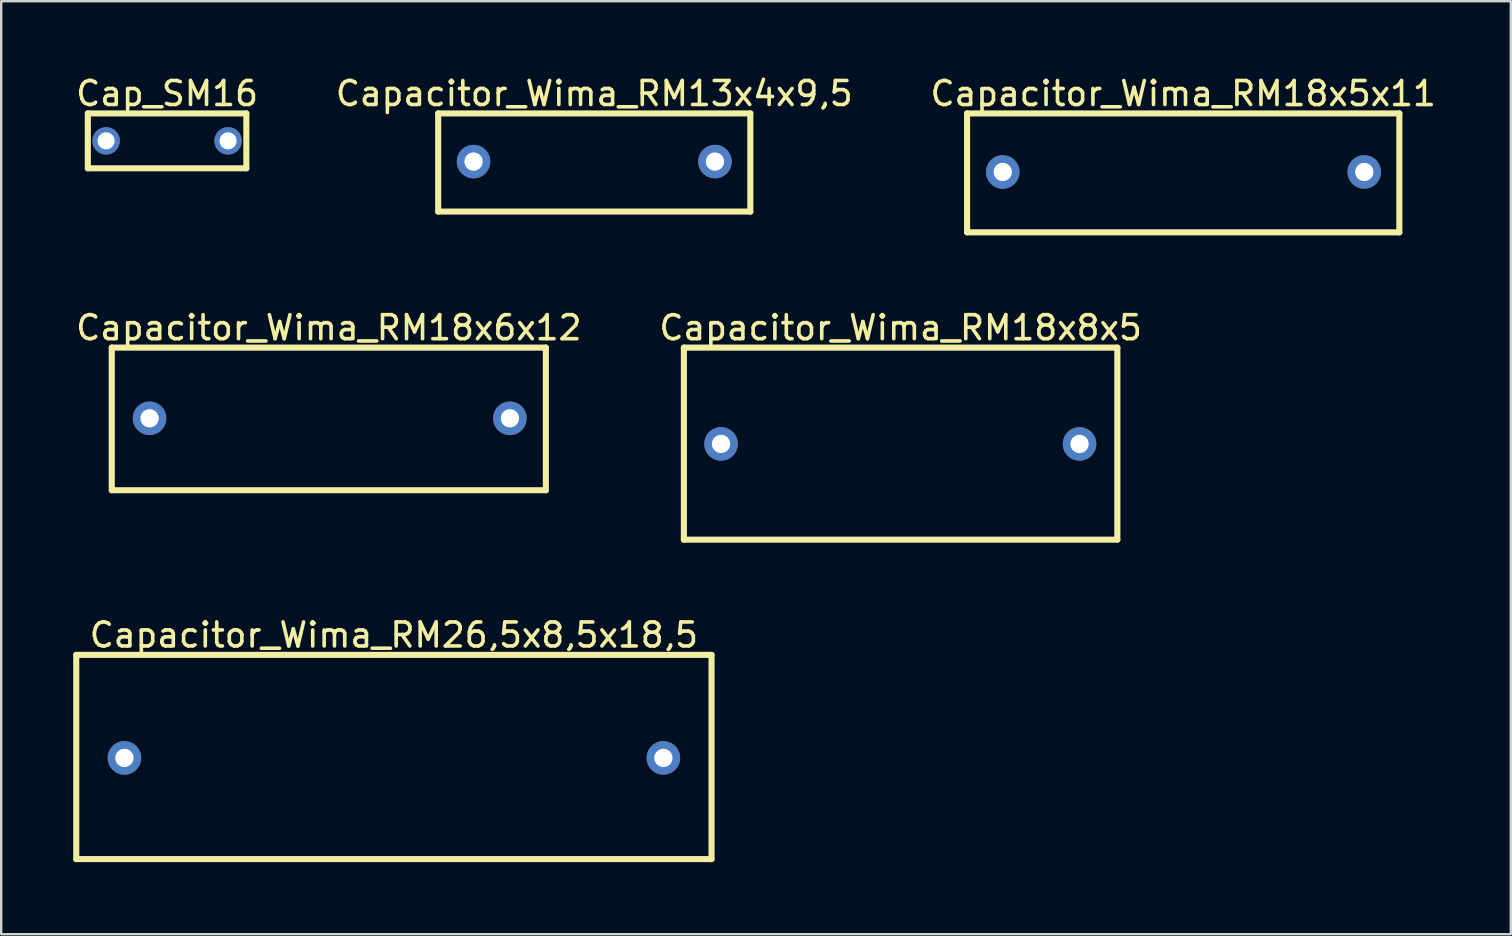
<source format=kicad_pcb>
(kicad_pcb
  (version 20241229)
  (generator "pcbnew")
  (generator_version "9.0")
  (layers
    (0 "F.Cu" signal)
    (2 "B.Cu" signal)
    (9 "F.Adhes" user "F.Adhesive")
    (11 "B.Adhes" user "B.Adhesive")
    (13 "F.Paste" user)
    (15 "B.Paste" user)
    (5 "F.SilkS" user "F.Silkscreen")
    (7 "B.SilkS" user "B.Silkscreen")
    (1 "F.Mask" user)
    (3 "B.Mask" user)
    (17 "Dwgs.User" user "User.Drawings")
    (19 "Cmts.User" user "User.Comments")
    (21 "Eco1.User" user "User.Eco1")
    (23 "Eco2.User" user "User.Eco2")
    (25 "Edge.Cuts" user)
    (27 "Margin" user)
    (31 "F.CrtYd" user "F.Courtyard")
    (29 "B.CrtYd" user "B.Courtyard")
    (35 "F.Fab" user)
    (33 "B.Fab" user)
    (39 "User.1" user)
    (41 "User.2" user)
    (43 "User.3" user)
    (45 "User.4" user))
  (footprint "Capacitor_Wima_RM18x8x5"
    (layer "F.Cu")
    (at 34.458 15.444)
    (property "Reference" "Capacitor_Wima_RM18x8x5" (at 0.013 -4.84 0) (layer "F.SilkS") (effects (font (size 1 1) (thickness 0.15))))
    (fp_line (start -9.017 -4.013) (end 9.042 -4.013) (stroke (width 0.254) (type solid)) (layer "F.SilkS"))
    (fp_line (start -9.017 3.988) (end -9.017 -4.013) (stroke (width 0.254) (type solid)) (layer "F.SilkS"))
    (fp_line (start -9.017 3.988) (end 9.042 3.988) (stroke (width 0.254) (type solid)) (layer "F.SilkS"))
    (fp_line (start 9.042 3.988) (end 9.042 -4.013) (stroke (width 0.254) (type solid)) (layer "F.SilkS"))
    (pad "1" thru_hole circle (at -7.468 0) (size 1.397 1.397) (drill 0.762) (layers "*.Cu" "*.Mask"))
    (pad "2" thru_hole circle (at 7.468 0) (size 1.397 1.397) (drill 0.762) (layers "*.Cu" "*.Mask")))
  (footprint "Cap_SM16"
    (layer "F.Cu")
    (at 3.911 2.818)
    (property "Reference" "Cap_SM16" (at 0 -1.97 0) (layer "F.SilkS") (effects (font (size 1 1) (thickness 0.15))))
    (fp_line (start -3.302 -1.143) (end 3.302 -1.143) (stroke (width 0.254) (type solid)) (layer "F.SilkS"))
    (fp_line (start -3.302 1.143) (end -3.302 -1.143) (stroke (width 0.254) (type solid)) (layer "F.SilkS"))
    (fp_line (start -3.302 1.143) (end 3.302 1.143) (stroke (width 0.254) (type solid)) (layer "F.SilkS"))
    (fp_line (start 3.302 1.143) (end 3.302 -1.143) (stroke (width 0.254) (type solid)) (layer "F.SilkS"))
    (pad "1" thru_hole circle (at 2.54 0) (size 1.143 1.143) (drill 0.711) (layers "*.Cu" "*.Mask"))
    (pad "2" thru_hole circle (at -2.54 0) (size 1.143 1.143) (drill 0.711) (layers "*.Cu" "*.Mask")))
  (footprint "Capacitor_Wima_RM13x4x9,5"
    (layer "F.Cu")
    (at 21.708 3.682)
    (property "Reference" "Capacitor_Wima_RM13x4x9,5" (at 0 -2.834 0) (layer "F.SilkS") (effects (font (size 1 1) (thickness 0.15))))
    (fp_line (start -6.502 -2.007) (end 6.502 -2.007) (stroke (width 0.254) (type solid)) (layer "F.SilkS"))
    (fp_line (start -6.502 2.083) (end -6.502 -2.007) (stroke (width 0.254) (type solid)) (layer "F.SilkS"))
    (fp_line (start -6.502 2.083) (end 6.502 2.083) (stroke (width 0.254) (type solid)) (layer "F.SilkS"))
    (fp_line (start 6.502 2.083) (end 6.502 -2.007) (stroke (width 0.254) (type solid)) (layer "F.SilkS"))
    (pad "1" thru_hole circle (at -5.029 0) (size 1.397 1.397) (drill 0.762) (layers "*.Cu" "*.Mask"))
    (pad "2" thru_hole circle (at 5.029 0) (size 1.397 1.397) (drill 0.762) (layers "*.Cu" "*.Mask")))
  (footprint "Capacitor_Wima_RM18x6x12"
    (layer "F.Cu")
    (at 10.687 14.377)
    (property "Reference" "Capacitor_Wima_RM18x6x12" (at -0.038 -3.773 0) (layer "F.SilkS") (effects (font (size 1 1) (thickness 0.15))))
    (fp_line (start -9.081 -2.946) (end 9.004 -2.946) (stroke (width 0.254) (type solid)) (layer "F.SilkS"))
    (fp_line (start -9.081 2.997) (end -9.081 -2.946) (stroke (width 0.254) (type solid)) (layer "F.SilkS"))
    (fp_line (start -9.081 2.997) (end 9.004 2.997) (stroke (width 0.254) (type solid)) (layer "F.SilkS"))
    (fp_line (start 9.004 2.997) (end 9.004 -2.946) (stroke (width 0.254) (type solid)) (layer "F.SilkS"))
    (pad "1" thru_hole circle (at -7.506 0) (size 1.397 1.397) (drill 0.762) (layers "*.Cu" "*.Mask"))
    (pad "2" thru_hole circle (at 7.506 0) (size 1.397 1.397) (drill 0.762) (layers "*.Cu" "*.Mask")))
  (footprint "Capacitor_Wima_RM26,5x8,5x18,5"
    (layer "F.Cu")
    (at 13.36 28.526)
    (property "Reference" "Capacitor_Wima_RM26,5x8,5x18,5" (at 0 -5.12 0) (layer "F.SilkS") (effects (font (size 1 1) (thickness 0.15))))
    (fp_line (start -13.233 -4.293) (end 13.233 -4.293) (stroke (width 0.254) (type solid)) (layer "F.SilkS"))
    (fp_line (start -13.233 4.216) (end -13.233 -4.293) (stroke (width 0.254) (type solid)) (layer "F.SilkS"))
    (fp_line (start -13.233 4.216) (end 13.233 4.216) (stroke (width 0.254) (type solid)) (layer "F.SilkS"))
    (fp_line (start 13.233 4.216) (end 13.233 -4.293) (stroke (width 0.254) (type solid)) (layer "F.SilkS"))
    (pad "1" thru_hole circle (at -11.227 0.0001) (size 1.397 1.397) (drill 0.762) (layers "*.Cu" "*.Mask"))
    (pad "2" thru_hole circle (at 11.227 -0.0001) (size 1.397 1.397) (drill 0.762) (layers "*.Cu" "*.Mask")))
  (footprint "Capacitor_Wima_RM18x5x11"
    (layer "F.Cu")
    (at 46.257 4.114)
    (property "Reference" "Capacitor_Wima_RM18x5x11" (at -0.013 -3.265 0) (layer "F.SilkS") (effects (font (size 1 1) (thickness 0.15))))
    (fp_line (start -9.017 -2.438) (end 8.992 -2.438) (stroke (width 0.254) (type solid)) (layer "F.SilkS"))
    (fp_line (start -9.017 2.515) (end -9.017 -2.438) (stroke (width 0.254) (type solid)) (layer "F.SilkS"))
    (fp_line (start -9.017 2.515) (end 8.992 2.515) (stroke (width 0.254) (type solid)) (layer "F.SilkS"))
    (fp_line (start 8.992 2.515) (end 8.992 -2.438) (stroke (width 0.254) (type solid)) (layer "F.SilkS"))
    (pad "1" thru_hole circle (at -7.531 0) (size 1.397 1.397) (drill 0.762) (layers "*.Cu" "*.Mask"))
    (pad "2" thru_hole circle (at 7.531 0) (size 1.397 1.397) (drill 0.762) (layers "*.Cu" "*.Mask")))
  (gr_rect
    (start -3 -3)
    (end 59.893 35.87)
    (stroke (width 0.1) (type default))
    (fill no)
    (layer "Edge.Cuts")))
</source>
